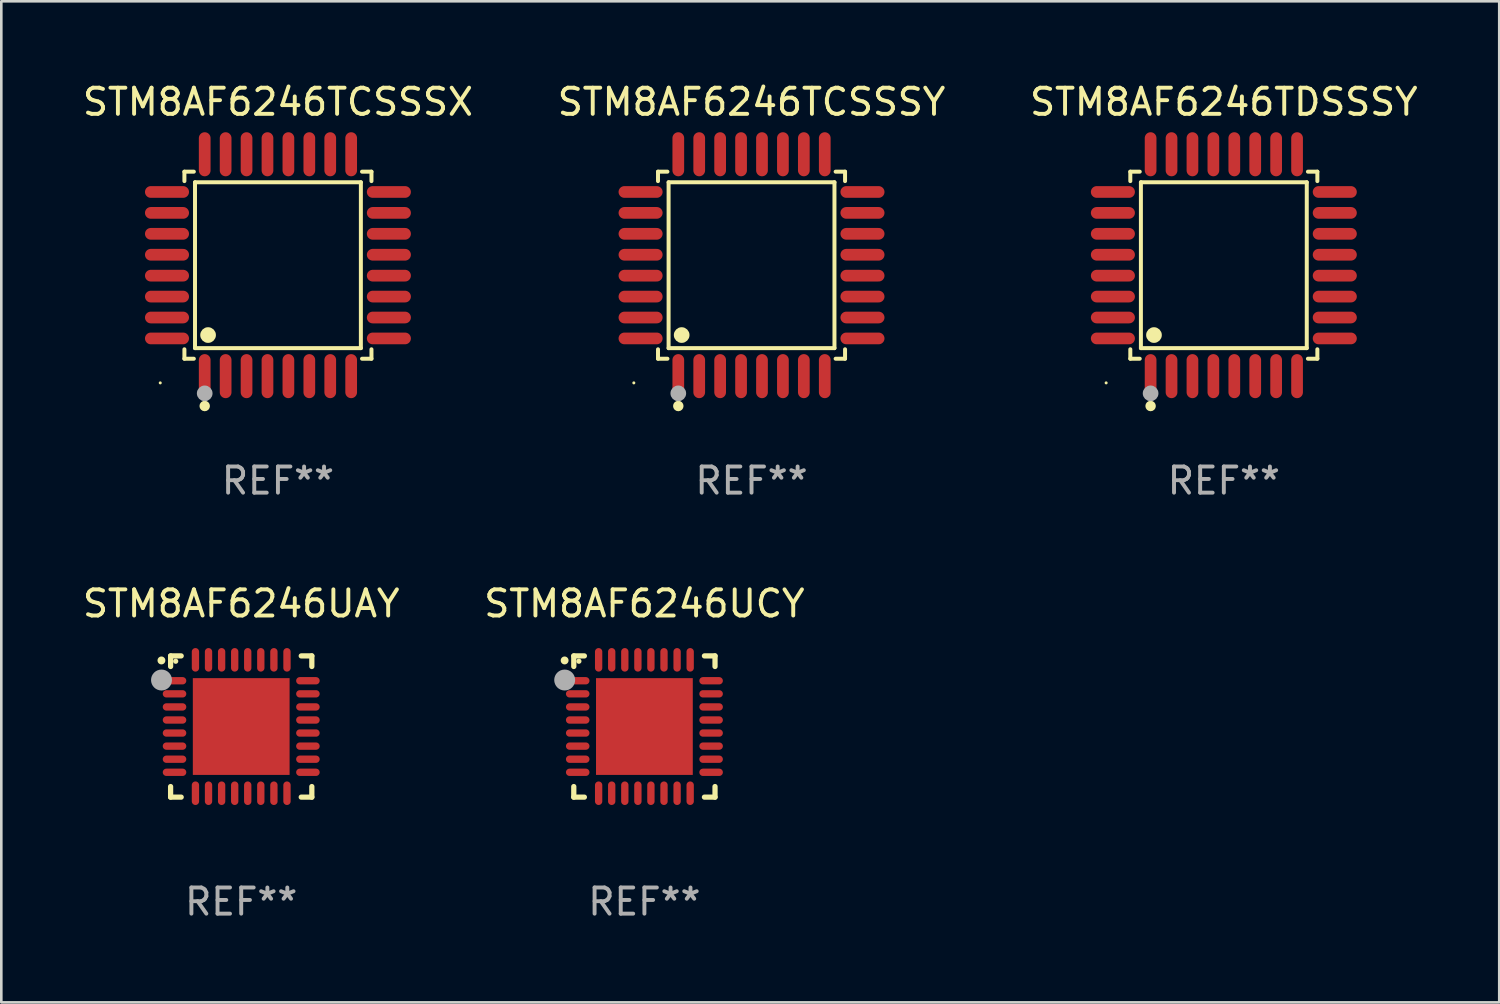
<source format=kicad_pcb>
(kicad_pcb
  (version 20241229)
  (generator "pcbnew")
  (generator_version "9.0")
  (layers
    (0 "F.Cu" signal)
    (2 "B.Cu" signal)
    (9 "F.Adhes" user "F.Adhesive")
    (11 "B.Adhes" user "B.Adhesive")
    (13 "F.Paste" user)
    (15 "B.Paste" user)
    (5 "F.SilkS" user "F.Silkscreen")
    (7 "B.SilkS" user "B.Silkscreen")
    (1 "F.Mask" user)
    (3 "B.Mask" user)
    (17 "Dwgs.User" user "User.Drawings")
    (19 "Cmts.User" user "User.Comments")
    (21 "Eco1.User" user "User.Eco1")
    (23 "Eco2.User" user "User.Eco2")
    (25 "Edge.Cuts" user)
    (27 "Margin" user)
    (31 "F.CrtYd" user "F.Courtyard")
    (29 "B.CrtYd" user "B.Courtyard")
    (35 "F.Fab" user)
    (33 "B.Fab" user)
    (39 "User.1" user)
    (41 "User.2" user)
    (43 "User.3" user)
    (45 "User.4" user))
  (footprint "STM8AF6246TCSSSY"
    (layer "F.Cu")
    (at 25.685 7.09)
    (property "Reference" "STM8AF6246TCSSSY" (at 0 -6.242 0) (layer "F.SilkS") (effects (font (size 1 1) (thickness 0.15))))
    (attr through_hole)
    (fp_line (start -3.576 -3.576) (end -3.215 -3.576) (stroke (width 0.152) (type solid)) (layer "F.SilkS"))
    (fp_line (start -3.576 -3.215) (end -3.576 -3.576) (stroke (width 0.152) (type solid)) (layer "F.SilkS"))
    (fp_line (start -3.576 3.215) (end -3.576 3.576) (stroke (width 0.152) (type solid)) (layer "F.SilkS"))
    (fp_line (start -3.576 3.576) (end -3.215 3.576) (stroke (width 0.152) (type solid)) (layer "F.SilkS"))
    (fp_line (start -3.171 -3.171) (end 3.171 -3.171) (stroke (width 0.152) (type solid)) (layer "F.SilkS"))
    (fp_line (start -3.171 3.171) (end -3.171 -3.171) (stroke (width 0.152) (type solid)) (layer "F.SilkS"))
    (fp_line (start 3.171 -3.171) (end 3.171 3.171) (stroke (width 0.152) (type solid)) (layer "F.SilkS"))
    (fp_line (start 3.171 3.171) (end -3.171 3.171) (stroke (width 0.152) (type solid)) (layer "F.SilkS"))
    (fp_line (start 3.576 -3.576) (end 3.215 -3.576) (stroke (width 0.152) (type solid)) (layer "F.SilkS"))
    (fp_line (start 3.576 -3.215) (end 3.576 -3.576) (stroke (width 0.152) (type solid)) (layer "F.SilkS"))
    (fp_line (start 3.576 3.215) (end 3.576 3.576) (stroke (width 0.152) (type solid)) (layer "F.SilkS"))
    (fp_line (start 3.576 3.576) (end 3.215 3.576) (stroke (width 0.152) (type solid)) (layer "F.SilkS"))
    (fp_circle (center -4.5 4.5) (end -4.47 4.5) (stroke (width 0.06) (type solid)) (fill no) (layer "F.SilkS"))
    (fp_circle (center -2.8 5.384) (end -2.7 5.384) (stroke (width 0.2) (type solid)) (fill no) (layer "F.SilkS"))
    (fp_circle (center -2.671 2.671) (end -2.521 2.671) (stroke (width 0.3) (type solid)) (fill no) (layer "F.SilkS"))
    (fp_circle (center -2.8 4.9) (end -2.65 4.9) (stroke (width 0.3) (type solid)) (fill no) (layer "F.Fab"))
    (fp_text user "REF**" (at 0 8.242 0) (layer "F.Fab") (effects (font (size 1 1) (thickness 0.15))))
    (pad "1" smd oval (at -2.8 4.242) (size 0.448 1.684) (layers "F.Cu" "F.Mask" "F.Paste"))
    (pad "2" smd oval (at -2 4.242) (size 0.448 1.684) (layers "F.Cu" "F.Mask" "F.Paste"))
    (pad "3" smd oval (at -1.2 4.242) (size 0.448 1.684) (layers "F.Cu" "F.Mask" "F.Paste"))
    (pad "4" smd oval (at -0.4 4.242) (size 0.448 1.684) (layers "F.Cu" "F.Mask" "F.Paste"))
    (pad "5" smd oval (at 0.4 4.242) (size 0.448 1.684) (layers "F.Cu" "F.Mask" "F.Paste"))
    (pad "6" smd oval (at 1.2 4.242) (size 0.448 1.684) (layers "F.Cu" "F.Mask" "F.Paste"))
    (pad "7" smd oval (at 2 4.242) (size 0.448 1.684) (layers "F.Cu" "F.Mask" "F.Paste"))
    (pad "8" smd oval (at 2.8 4.242) (size 0.448 1.684) (layers "F.Cu" "F.Mask" "F.Paste"))
    (pad "9" smd oval (at 4.242 2.8) (size 1.684 0.448) (layers "F.Cu" "F.Mask" "F.Paste"))
    (pad "10" smd oval (at 4.242 2) (size 1.684 0.448) (layers "F.Cu" "F.Mask" "F.Paste"))
    (pad "11" smd oval (at 4.242 1.2) (size 1.684 0.448) (layers "F.Cu" "F.Mask" "F.Paste"))
    (pad "12" smd oval (at 4.242 0.4) (size 1.684 0.448) (layers "F.Cu" "F.Mask" "F.Paste"))
    (pad "13" smd oval (at 4.242 -0.4) (size 1.684 0.448) (layers "F.Cu" "F.Mask" "F.Paste"))
    (pad "14" smd oval (at 4.242 -1.2) (size 1.684 0.448) (layers "F.Cu" "F.Mask" "F.Paste"))
    (pad "15" smd oval (at 4.242 -2) (size 1.684 0.448) (layers "F.Cu" "F.Mask" "F.Paste"))
    (pad "16" smd oval (at 4.242 -2.8) (size 1.684 0.448) (layers "F.Cu" "F.Mask" "F.Paste"))
    (pad "17" smd oval (at 2.8 -4.242) (size 0.448 1.684) (layers "F.Cu" "F.Mask" "F.Paste"))
    (pad "18" smd oval (at 2 -4.242) (size 0.448 1.684) (layers "F.Cu" "F.Mask" "F.Paste"))
    (pad "19" smd oval (at 1.2 -4.242) (size 0.448 1.684) (layers "F.Cu" "F.Mask" "F.Paste"))
    (pad "20" smd oval (at 0.4 -4.242) (size 0.448 1.684) (layers "F.Cu" "F.Mask" "F.Paste"))
    (pad "21" smd oval (at -0.4 -4.242) (size 0.448 1.684) (layers "F.Cu" "F.Mask" "F.Paste"))
    (pad "22" smd oval (at -1.2 -4.242) (size 0.448 1.684) (layers "F.Cu" "F.Mask" "F.Paste"))
    (pad "23" smd oval (at -2 -4.242) (size 0.448 1.684) (layers "F.Cu" "F.Mask" "F.Paste"))
    (pad "24" smd oval (at -2.8 -4.242) (size 0.448 1.684) (layers "F.Cu" "F.Mask" "F.Paste"))
    (pad "25" smd oval (at -4.242 -2.8) (size 1.684 0.448) (layers "F.Cu" "F.Mask" "F.Paste"))
    (pad "26" smd oval (at -4.242 -2) (size 1.684 0.448) (layers "F.Cu" "F.Mask" "F.Paste"))
    (pad "27" smd oval (at -4.242 -1.2) (size 1.684 0.448) (layers "F.Cu" "F.Mask" "F.Paste"))
    (pad "28" smd oval (at -4.242 -0.4) (size 1.684 0.448) (layers "F.Cu" "F.Mask" "F.Paste"))
    (pad "29" smd oval (at -4.242 0.4) (size 1.684 0.448) (layers "F.Cu" "F.Mask" "F.Paste"))
    (pad "30" smd oval (at -4.242 1.2) (size 1.684 0.448) (layers "F.Cu" "F.Mask" "F.Paste"))
    (pad "31" smd oval (at -4.242 2) (size 1.684 0.448) (layers "F.Cu" "F.Mask" "F.Paste"))
    (pad "32" smd oval (at -4.242 2.8) (size 1.684 0.448) (layers "F.Cu" "F.Mask" "F.Paste")))
  (footprint "STM8AF6246UCY"
    (layer "F.Cu")
    (at 21.589 24.729)
    (property "Reference" "STM8AF6246UCY" (at 0 -4.7 0) (layer "F.SilkS") (effects (font (size 1 1) (thickness 0.15))))
    (attr through_hole)
    (fp_line (start -2.7 -2.7) (end -2.295 -2.7) (stroke (width 0.2) (type solid)) (layer "F.SilkS"))
    (fp_line (start -2.7 -2.295) (end -2.7 -2.7) (stroke (width 0.2) (type solid)) (layer "F.SilkS"))
    (fp_line (start -2.7 2.295) (end -2.7 2.7) (stroke (width 0.2) (type solid)) (layer "F.SilkS"))
    (fp_line (start -2.7 2.7) (end -2.295 2.7) (stroke (width 0.2) (type solid)) (layer "F.SilkS"))
    (fp_line (start 2.295 -2.7) (end 2.7 -2.7) (stroke (width 0.2) (type solid)) (layer "F.SilkS"))
    (fp_line (start 2.295 2.7) (end 2.7 2.7) (stroke (width 0.2) (type solid)) (layer "F.SilkS"))
    (fp_line (start 2.7 -2.7) (end 2.7 -2.295) (stroke (width 0.2) (type solid)) (layer "F.SilkS"))
    (fp_line (start 2.7 2.7) (end 2.7 2.295) (stroke (width 0.2) (type solid)) (layer "F.SilkS"))
    (fp_arc (start -3.050546 -2.525349) (mid -3.050551 -2.526619) (end -3.050546 -2.527889) (stroke (width 0.3) (type solid)) (layer "F.SilkS"))
    (fp_circle (center -2.505 -2.497) (end -2.455 -2.497) (stroke (width 0.1) (type solid)) (fill no) (layer "F.SilkS"))
    (fp_circle (center -3.048 -1.778) (end -2.848 -1.778) (stroke (width 0.4) (type solid)) (fill no) (layer "F.Fab"))
    (fp_text user "REF**" (at 0 6.7 0) (layer "F.Fab") (effects (font (size 1 1) (thickness 0.15))))
    (pad "1" smd oval (at -2.55 -1.75 270) (size 0.28 0.9) (layers "F.Cu" "F.Mask" "F.Paste"))
    (pad "2" smd oval (at -2.55 -1.25 270) (size 0.28 0.9) (layers "F.Cu" "F.Mask" "F.Paste"))
    (pad "3" smd oval (at -2.55 -0.749 270) (size 0.28 0.9) (layers "F.Cu" "F.Mask" "F.Paste"))
    (pad "4" smd oval (at -2.55 -0.249 270) (size 0.28 0.9) (layers "F.Cu" "F.Mask" "F.Paste"))
    (pad "5" smd oval (at -2.55 0.249 270) (size 0.28 0.9) (layers "F.Cu" "F.Mask" "F.Paste"))
    (pad "6" smd oval (at -2.55 0.749 270) (size 0.28 0.9) (layers "F.Cu" "F.Mask" "F.Paste"))
    (pad "7" smd oval (at -2.55 1.25 270) (size 0.28 0.9) (layers "F.Cu" "F.Mask" "F.Paste"))
    (pad "8" smd oval (at -2.55 1.75 270) (size 0.28 0.9) (layers "F.Cu" "F.Mask" "F.Paste"))
    (pad "9" smd oval (at -1.75 2.55 270) (size 0.9 0.28) (layers "F.Cu" "F.Mask" "F.Paste"))
    (pad "10" smd oval (at -1.25 2.55 270) (size 0.9 0.28) (layers "F.Cu" "F.Mask" "F.Paste"))
    (pad "11" smd oval (at -0.749 2.55 270) (size 0.9 0.28) (layers "F.Cu" "F.Mask" "F.Paste"))
    (pad "12" smd oval (at -0.249 2.55 270) (size 0.9 0.28) (layers "F.Cu" "F.Mask" "F.Paste"))
    (pad "13" smd oval (at 0.249 2.55 270) (size 0.9 0.28) (layers "F.Cu" "F.Mask" "F.Paste"))
    (pad "14" smd oval (at 0.749 2.55 270) (size 0.9 0.28) (layers "F.Cu" "F.Mask" "F.Paste"))
    (pad "15" smd oval (at 1.25 2.55 270) (size 0.9 0.28) (layers "F.Cu" "F.Mask" "F.Paste"))
    (pad "16" smd oval (at 1.75 2.55 270) (size 0.9 0.28) (layers "F.Cu" "F.Mask" "F.Paste"))
    (pad "17" smd oval (at 2.55 1.75 270) (size 0.28 0.9) (layers "F.Cu" "F.Mask" "F.Paste"))
    (pad "18" smd oval (at 2.55 1.25 270) (size 0.28 0.9) (layers "F.Cu" "F.Mask" "F.Paste"))
    (pad "19" smd oval (at 2.55 0.749 270) (size 0.28 0.9) (layers "F.Cu" "F.Mask" "F.Paste"))
    (pad "20" smd oval (at 2.55 0.249 270) (size 0.28 0.9) (layers "F.Cu" "F.Mask" "F.Paste"))
    (pad "21" smd oval (at 2.55 -0.249 270) (size 0.28 0.9) (layers "F.Cu" "F.Mask" "F.Paste"))
    (pad "22" smd oval (at 2.55 -0.749 270) (size 0.28 0.9) (layers "F.Cu" "F.Mask" "F.Paste"))
    (pad "23" smd oval (at 2.55 -1.25 270) (size 0.28 0.9) (layers "F.Cu" "F.Mask" "F.Paste"))
    (pad "24" smd oval (at 2.55 -1.75 270) (size 0.28 0.9) (layers "F.Cu" "F.Mask" "F.Paste"))
    (pad "25" smd oval (at 1.75 -2.55 270) (size 0.9 0.28) (layers "F.Cu" "F.Mask" "F.Paste"))
    (pad "26" smd oval (at 1.25 -2.55 270) (size 0.9 0.28) (layers "F.Cu" "F.Mask" "F.Paste"))
    (pad "27" smd oval (at 0.749 -2.55 270) (size 0.9 0.28) (layers "F.Cu" "F.Mask" "F.Paste"))
    (pad "28" smd oval (at 0.249 -2.55 270) (size 0.9 0.28) (layers "F.Cu" "F.Mask" "F.Paste"))
    (pad "29" smd oval (at -0.249 -2.55 270) (size 0.9 0.28) (layers "F.Cu" "F.Mask" "F.Paste"))
    (pad "30" smd oval (at -0.749 -2.55 270) (size 0.9 0.28) (layers "F.Cu" "F.Mask" "F.Paste"))
    (pad "31" smd oval (at -1.25 -2.55 270) (size 0.9 0.28) (layers "F.Cu" "F.Mask" "F.Paste"))
    (pad "32" smd oval (at -1.75 -2.55 270) (size 0.9 0.28) (layers "F.Cu" "F.Mask" "F.Paste"))
    (pad "33" smd rect (at -0.000076 0.000076 270) (size 3.7 3.7) (layers "F.Cu" "F.Mask" "F.Paste")))
  (footprint "STM8AF6246TCSSSX"
    (layer "F.Cu")
    (at 7.577 7.09)
    (property "Reference" "STM8AF6246TCSSSX" (at 0 -6.242 0) (layer "F.SilkS") (effects (font (size 1 1) (thickness 0.15))))
    (attr through_hole)
    (fp_line (start -3.576 -3.576) (end -3.215 -3.576) (stroke (width 0.152) (type solid)) (layer "F.SilkS"))
    (fp_line (start -3.576 -3.215) (end -3.576 -3.576) (stroke (width 0.152) (type solid)) (layer "F.SilkS"))
    (fp_line (start -3.576 3.215) (end -3.576 3.576) (stroke (width 0.152) (type solid)) (layer "F.SilkS"))
    (fp_line (start -3.576 3.576) (end -3.215 3.576) (stroke (width 0.152) (type solid)) (layer "F.SilkS"))
    (fp_line (start -3.171 -3.171) (end 3.171 -3.171) (stroke (width 0.152) (type solid)) (layer "F.SilkS"))
    (fp_line (start -3.171 3.171) (end -3.171 -3.171) (stroke (width 0.152) (type solid)) (layer "F.SilkS"))
    (fp_line (start 3.171 -3.171) (end 3.171 3.171) (stroke (width 0.152) (type solid)) (layer "F.SilkS"))
    (fp_line (start 3.171 3.171) (end -3.171 3.171) (stroke (width 0.152) (type solid)) (layer "F.SilkS"))
    (fp_line (start 3.576 -3.576) (end 3.215 -3.576) (stroke (width 0.152) (type solid)) (layer "F.SilkS"))
    (fp_line (start 3.576 -3.215) (end 3.576 -3.576) (stroke (width 0.152) (type solid)) (layer "F.SilkS"))
    (fp_line (start 3.576 3.215) (end 3.576 3.576) (stroke (width 0.152) (type solid)) (layer "F.SilkS"))
    (fp_line (start 3.576 3.576) (end 3.215 3.576) (stroke (width 0.152) (type solid)) (layer "F.SilkS"))
    (fp_circle (center -4.5 4.5) (end -4.47 4.5) (stroke (width 0.06) (type solid)) (fill no) (layer "F.SilkS"))
    (fp_circle (center -2.8 5.384) (end -2.7 5.384) (stroke (width 0.2) (type solid)) (fill no) (layer "F.SilkS"))
    (fp_circle (center -2.671 2.671) (end -2.521 2.671) (stroke (width 0.3) (type solid)) (fill no) (layer "F.SilkS"))
    (fp_circle (center -2.8 4.9) (end -2.65 4.9) (stroke (width 0.3) (type solid)) (fill no) (layer "F.Fab"))
    (fp_text user "REF**" (at 0 8.242 0) (layer "F.Fab") (effects (font (size 1 1) (thickness 0.15))))
    (pad "1" smd oval (at -2.8 4.242) (size 0.448 1.684) (layers "F.Cu" "F.Mask" "F.Paste"))
    (pad "2" smd oval (at -2 4.242) (size 0.448 1.684) (layers "F.Cu" "F.Mask" "F.Paste"))
    (pad "3" smd oval (at -1.2 4.242) (size 0.448 1.684) (layers "F.Cu" "F.Mask" "F.Paste"))
    (pad "4" smd oval (at -0.4 4.242) (size 0.448 1.684) (layers "F.Cu" "F.Mask" "F.Paste"))
    (pad "5" smd oval (at 0.4 4.242) (size 0.448 1.684) (layers "F.Cu" "F.Mask" "F.Paste"))
    (pad "6" smd oval (at 1.2 4.242) (size 0.448 1.684) (layers "F.Cu" "F.Mask" "F.Paste"))
    (pad "7" smd oval (at 2 4.242) (size 0.448 1.684) (layers "F.Cu" "F.Mask" "F.Paste"))
    (pad "8" smd oval (at 2.8 4.242) (size 0.448 1.684) (layers "F.Cu" "F.Mask" "F.Paste"))
    (pad "9" smd oval (at 4.242 2.8) (size 1.684 0.448) (layers "F.Cu" "F.Mask" "F.Paste"))
    (pad "10" smd oval (at 4.242 2) (size 1.684 0.448) (layers "F.Cu" "F.Mask" "F.Paste"))
    (pad "11" smd oval (at 4.242 1.2) (size 1.684 0.448) (layers "F.Cu" "F.Mask" "F.Paste"))
    (pad "12" smd oval (at 4.242 0.4) (size 1.684 0.448) (layers "F.Cu" "F.Mask" "F.Paste"))
    (pad "13" smd oval (at 4.242 -0.4) (size 1.684 0.448) (layers "F.Cu" "F.Mask" "F.Paste"))
    (pad "14" smd oval (at 4.242 -1.2) (size 1.684 0.448) (layers "F.Cu" "F.Mask" "F.Paste"))
    (pad "15" smd oval (at 4.242 -2) (size 1.684 0.448) (layers "F.Cu" "F.Mask" "F.Paste"))
    (pad "16" smd oval (at 4.242 -2.8) (size 1.684 0.448) (layers "F.Cu" "F.Mask" "F.Paste"))
    (pad "17" smd oval (at 2.8 -4.242) (size 0.448 1.684) (layers "F.Cu" "F.Mask" "F.Paste"))
    (pad "18" smd oval (at 2 -4.242) (size 0.448 1.684) (layers "F.Cu" "F.Mask" "F.Paste"))
    (pad "19" smd oval (at 1.2 -4.242) (size 0.448 1.684) (layers "F.Cu" "F.Mask" "F.Paste"))
    (pad "20" smd oval (at 0.4 -4.242) (size 0.448 1.684) (layers "F.Cu" "F.Mask" "F.Paste"))
    (pad "21" smd oval (at -0.4 -4.242) (size 0.448 1.684) (layers "F.Cu" "F.Mask" "F.Paste"))
    (pad "22" smd oval (at -1.2 -4.242) (size 0.448 1.684) (layers "F.Cu" "F.Mask" "F.Paste"))
    (pad "23" smd oval (at -2 -4.242) (size 0.448 1.684) (layers "F.Cu" "F.Mask" "F.Paste"))
    (pad "24" smd oval (at -2.8 -4.242) (size 0.448 1.684) (layers "F.Cu" "F.Mask" "F.Paste"))
    (pad "25" smd oval (at -4.242 -2.8) (size 1.684 0.448) (layers "F.Cu" "F.Mask" "F.Paste"))
    (pad "26" smd oval (at -4.242 -2) (size 1.684 0.448) (layers "F.Cu" "F.Mask" "F.Paste"))
    (pad "27" smd oval (at -4.242 -1.2) (size 1.684 0.448) (layers "F.Cu" "F.Mask" "F.Paste"))
    (pad "28" smd oval (at -4.242 -0.4) (size 1.684 0.448) (layers "F.Cu" "F.Mask" "F.Paste"))
    (pad "29" smd oval (at -4.242 0.4) (size 1.684 0.448) (layers "F.Cu" "F.Mask" "F.Paste"))
    (pad "30" smd oval (at -4.242 1.2) (size 1.684 0.448) (layers "F.Cu" "F.Mask" "F.Paste"))
    (pad "31" smd oval (at -4.242 2) (size 1.684 0.448) (layers "F.Cu" "F.Mask" "F.Paste"))
    (pad "32" smd oval (at -4.242 2.8) (size 1.684 0.448) (layers "F.Cu" "F.Mask" "F.Paste")))
  (footprint "STM8AF6246TDSSSY"
    (layer "F.Cu")
    (at 43.744 7.09)
    (property "Reference" "STM8AF6246TDSSSY" (at 0 -6.242 0) (layer "F.SilkS") (effects (font (size 1 1) (thickness 0.15))))
    (attr through_hole)
    (fp_line (start -3.576 -3.576) (end -3.215 -3.576) (stroke (width 0.152) (type solid)) (layer "F.SilkS"))
    (fp_line (start -3.576 -3.215) (end -3.576 -3.576) (stroke (width 0.152) (type solid)) (layer "F.SilkS"))
    (fp_line (start -3.576 3.215) (end -3.576 3.576) (stroke (width 0.152) (type solid)) (layer "F.SilkS"))
    (fp_line (start -3.576 3.576) (end -3.215 3.576) (stroke (width 0.152) (type solid)) (layer "F.SilkS"))
    (fp_line (start -3.171 -3.171) (end 3.171 -3.171) (stroke (width 0.152) (type solid)) (layer "F.SilkS"))
    (fp_line (start -3.171 3.171) (end -3.171 -3.171) (stroke (width 0.152) (type solid)) (layer "F.SilkS"))
    (fp_line (start 3.171 -3.171) (end 3.171 3.171) (stroke (width 0.152) (type solid)) (layer "F.SilkS"))
    (fp_line (start 3.171 3.171) (end -3.171 3.171) (stroke (width 0.152) (type solid)) (layer "F.SilkS"))
    (fp_line (start 3.576 -3.576) (end 3.215 -3.576) (stroke (width 0.152) (type solid)) (layer "F.SilkS"))
    (fp_line (start 3.576 -3.215) (end 3.576 -3.576) (stroke (width 0.152) (type solid)) (layer "F.SilkS"))
    (fp_line (start 3.576 3.215) (end 3.576 3.576) (stroke (width 0.152) (type solid)) (layer "F.SilkS"))
    (fp_line (start 3.576 3.576) (end 3.215 3.576) (stroke (width 0.152) (type solid)) (layer "F.SilkS"))
    (fp_circle (center -4.5 4.5) (end -4.47 4.5) (stroke (width 0.06) (type solid)) (fill no) (layer "F.SilkS"))
    (fp_circle (center -2.8 5.384) (end -2.7 5.384) (stroke (width 0.2) (type solid)) (fill no) (layer "F.SilkS"))
    (fp_circle (center -2.671 2.671) (end -2.521 2.671) (stroke (width 0.3) (type solid)) (fill no) (layer "F.SilkS"))
    (fp_circle (center -2.8 4.9) (end -2.65 4.9) (stroke (width 0.3) (type solid)) (fill no) (layer "F.Fab"))
    (fp_text user "REF**" (at 0 8.242 0) (layer "F.Fab") (effects (font (size 1 1) (thickness 0.15))))
    (pad "1" smd oval (at -2.8 4.242) (size 0.448 1.684) (layers "F.Cu" "F.Mask" "F.Paste"))
    (pad "2" smd oval (at -2 4.242) (size 0.448 1.684) (layers "F.Cu" "F.Mask" "F.Paste"))
    (pad "3" smd oval (at -1.2 4.242) (size 0.448 1.684) (layers "F.Cu" "F.Mask" "F.Paste"))
    (pad "4" smd oval (at -0.4 4.242) (size 0.448 1.684) (layers "F.Cu" "F.Mask" "F.Paste"))
    (pad "5" smd oval (at 0.4 4.242) (size 0.448 1.684) (layers "F.Cu" "F.Mask" "F.Paste"))
    (pad "6" smd oval (at 1.2 4.242) (size 0.448 1.684) (layers "F.Cu" "F.Mask" "F.Paste"))
    (pad "7" smd oval (at 2 4.242) (size 0.448 1.684) (layers "F.Cu" "F.Mask" "F.Paste"))
    (pad "8" smd oval (at 2.8 4.242) (size 0.448 1.684) (layers "F.Cu" "F.Mask" "F.Paste"))
    (pad "9" smd oval (at 4.242 2.8) (size 1.684 0.448) (layers "F.Cu" "F.Mask" "F.Paste"))
    (pad "10" smd oval (at 4.242 2) (size 1.684 0.448) (layers "F.Cu" "F.Mask" "F.Paste"))
    (pad "11" smd oval (at 4.242 1.2) (size 1.684 0.448) (layers "F.Cu" "F.Mask" "F.Paste"))
    (pad "12" smd oval (at 4.242 0.4) (size 1.684 0.448) (layers "F.Cu" "F.Mask" "F.Paste"))
    (pad "13" smd oval (at 4.242 -0.4) (size 1.684 0.448) (layers "F.Cu" "F.Mask" "F.Paste"))
    (pad "14" smd oval (at 4.242 -1.2) (size 1.684 0.448) (layers "F.Cu" "F.Mask" "F.Paste"))
    (pad "15" smd oval (at 4.242 -2) (size 1.684 0.448) (layers "F.Cu" "F.Mask" "F.Paste"))
    (pad "16" smd oval (at 4.242 -2.8) (size 1.684 0.448) (layers "F.Cu" "F.Mask" "F.Paste"))
    (pad "17" smd oval (at 2.8 -4.242) (size 0.448 1.684) (layers "F.Cu" "F.Mask" "F.Paste"))
    (pad "18" smd oval (at 2 -4.242) (size 0.448 1.684) (layers "F.Cu" "F.Mask" "F.Paste"))
    (pad "19" smd oval (at 1.2 -4.242) (size 0.448 1.684) (layers "F.Cu" "F.Mask" "F.Paste"))
    (pad "20" smd oval (at 0.4 -4.242) (size 0.448 1.684) (layers "F.Cu" "F.Mask" "F.Paste"))
    (pad "21" smd oval (at -0.4 -4.242) (size 0.448 1.684) (layers "F.Cu" "F.Mask" "F.Paste"))
    (pad "22" smd oval (at -1.2 -4.242) (size 0.448 1.684) (layers "F.Cu" "F.Mask" "F.Paste"))
    (pad "23" smd oval (at -2 -4.242) (size 0.448 1.684) (layers "F.Cu" "F.Mask" "F.Paste"))
    (pad "24" smd oval (at -2.8 -4.242) (size 0.448 1.684) (layers "F.Cu" "F.Mask" "F.Paste"))
    (pad "25" smd oval (at -4.242 -2.8) (size 1.684 0.448) (layers "F.Cu" "F.Mask" "F.Paste"))
    (pad "26" smd oval (at -4.242 -2) (size 1.684 0.448) (layers "F.Cu" "F.Mask" "F.Paste"))
    (pad "27" smd oval (at -4.242 -1.2) (size 1.684 0.448) (layers "F.Cu" "F.Mask" "F.Paste"))
    (pad "28" smd oval (at -4.242 -0.4) (size 1.684 0.448) (layers "F.Cu" "F.Mask" "F.Paste"))
    (pad "29" smd oval (at -4.242 0.4) (size 1.684 0.448) (layers "F.Cu" "F.Mask" "F.Paste"))
    (pad "30" smd oval (at -4.242 1.2) (size 1.684 0.448) (layers "F.Cu" "F.Mask" "F.Paste"))
    (pad "31" smd oval (at -4.242 2) (size 1.684 0.448) (layers "F.Cu" "F.Mask" "F.Paste"))
    (pad "32" smd oval (at -4.242 2.8) (size 1.684 0.448) (layers "F.Cu" "F.Mask" "F.Paste")))
  (footprint "STM8AF6246UAY"
    (layer "F.Cu")
    (at 6.173 24.729)
    (property "Reference" "STM8AF6246UAY" (at 0 -4.7 0) (layer "F.SilkS") (effects (font (size 1 1) (thickness 0.15))))
    (attr through_hole)
    (fp_line (start -2.7 -2.7) (end -2.295 -2.7) (stroke (width 0.2) (type solid)) (layer "F.SilkS"))
    (fp_line (start -2.7 -2.295) (end -2.7 -2.7) (stroke (width 0.2) (type solid)) (layer "F.SilkS"))
    (fp_line (start -2.7 2.295) (end -2.7 2.7) (stroke (width 0.2) (type solid)) (layer "F.SilkS"))
    (fp_line (start -2.7 2.7) (end -2.295 2.7) (stroke (width 0.2) (type solid)) (layer "F.SilkS"))
    (fp_line (start 2.295 -2.7) (end 2.7 -2.7) (stroke (width 0.2) (type solid)) (layer "F.SilkS"))
    (fp_line (start 2.295 2.7) (end 2.7 2.7) (stroke (width 0.2) (type solid)) (layer "F.SilkS"))
    (fp_line (start 2.7 -2.7) (end 2.7 -2.295) (stroke (width 0.2) (type solid)) (layer "F.SilkS"))
    (fp_line (start 2.7 2.7) (end 2.7 2.295) (stroke (width 0.2) (type solid)) (layer "F.SilkS"))
    (fp_arc (start -3.050546 -2.525349) (mid -3.050551 -2.526619) (end -3.050546 -2.527889) (stroke (width 0.3) (type solid)) (layer "F.SilkS"))
    (fp_circle (center -2.505 -2.497) (end -2.455 -2.497) (stroke (width 0.1) (type solid)) (fill no) (layer "F.SilkS"))
    (fp_circle (center -3.048 -1.778) (end -2.848 -1.778) (stroke (width 0.4) (type solid)) (fill no) (layer "F.Fab"))
    (fp_text user "REF**" (at 0 6.7 0) (layer "F.Fab") (effects (font (size 1 1) (thickness 0.15))))
    (pad "1" smd oval (at -2.55 -1.75 270) (size 0.28 0.9) (layers "F.Cu" "F.Mask" "F.Paste"))
    (pad "2" smd oval (at -2.55 -1.25 270) (size 0.28 0.9) (layers "F.Cu" "F.Mask" "F.Paste"))
    (pad "3" smd oval (at -2.55 -0.749 270) (size 0.28 0.9) (layers "F.Cu" "F.Mask" "F.Paste"))
    (pad "4" smd oval (at -2.55 -0.249 270) (size 0.28 0.9) (layers "F.Cu" "F.Mask" "F.Paste"))
    (pad "5" smd oval (at -2.55 0.249 270) (size 0.28 0.9) (layers "F.Cu" "F.Mask" "F.Paste"))
    (pad "6" smd oval (at -2.55 0.749 270) (size 0.28 0.9) (layers "F.Cu" "F.Mask" "F.Paste"))
    (pad "7" smd oval (at -2.55 1.25 270) (size 0.28 0.9) (layers "F.Cu" "F.Mask" "F.Paste"))
    (pad "8" smd oval (at -2.55 1.75 270) (size 0.28 0.9) (layers "F.Cu" "F.Mask" "F.Paste"))
    (pad "9" smd oval (at -1.75 2.55 270) (size 0.9 0.28) (layers "F.Cu" "F.Mask" "F.Paste"))
    (pad "10" smd oval (at -1.25 2.55 270) (size 0.9 0.28) (layers "F.Cu" "F.Mask" "F.Paste"))
    (pad "11" smd oval (at -0.749 2.55 270) (size 0.9 0.28) (layers "F.Cu" "F.Mask" "F.Paste"))
    (pad "12" smd oval (at -0.249 2.55 270) (size 0.9 0.28) (layers "F.Cu" "F.Mask" "F.Paste"))
    (pad "13" smd oval (at 0.249 2.55 270) (size 0.9 0.28) (layers "F.Cu" "F.Mask" "F.Paste"))
    (pad "14" smd oval (at 0.749 2.55 270) (size 0.9 0.28) (layers "F.Cu" "F.Mask" "F.Paste"))
    (pad "15" smd oval (at 1.25 2.55 270) (size 0.9 0.28) (layers "F.Cu" "F.Mask" "F.Paste"))
    (pad "16" smd oval (at 1.75 2.55 270) (size 0.9 0.28) (layers "F.Cu" "F.Mask" "F.Paste"))
    (pad "17" smd oval (at 2.55 1.75 270) (size 0.28 0.9) (layers "F.Cu" "F.Mask" "F.Paste"))
    (pad "18" smd oval (at 2.55 1.25 270) (size 0.28 0.9) (layers "F.Cu" "F.Mask" "F.Paste"))
    (pad "19" smd oval (at 2.55 0.749 270) (size 0.28 0.9) (layers "F.Cu" "F.Mask" "F.Paste"))
    (pad "20" smd oval (at 2.55 0.249 270) (size 0.28 0.9) (layers "F.Cu" "F.Mask" "F.Paste"))
    (pad "21" smd oval (at 2.55 -0.249 270) (size 0.28 0.9) (layers "F.Cu" "F.Mask" "F.Paste"))
    (pad "22" smd oval (at 2.55 -0.749 270) (size 0.28 0.9) (layers "F.Cu" "F.Mask" "F.Paste"))
    (pad "23" smd oval (at 2.55 -1.25 270) (size 0.28 0.9) (layers "F.Cu" "F.Mask" "F.Paste"))
    (pad "24" smd oval (at 2.55 -1.75 270) (size 0.28 0.9) (layers "F.Cu" "F.Mask" "F.Paste"))
    (pad "25" smd oval (at 1.75 -2.55 270) (size 0.9 0.28) (layers "F.Cu" "F.Mask" "F.Paste"))
    (pad "26" smd oval (at 1.25 -2.55 270) (size 0.9 0.28) (layers "F.Cu" "F.Mask" "F.Paste"))
    (pad "27" smd oval (at 0.749 -2.55 270) (size 0.9 0.28) (layers "F.Cu" "F.Mask" "F.Paste"))
    (pad "28" smd oval (at 0.249 -2.55 270) (size 0.9 0.28) (layers "F.Cu" "F.Mask" "F.Paste"))
    (pad "29" smd oval (at -0.249 -2.55 270) (size 0.9 0.28) (layers "F.Cu" "F.Mask" "F.Paste"))
    (pad "30" smd oval (at -0.749 -2.55 270) (size 0.9 0.28) (layers "F.Cu" "F.Mask" "F.Paste"))
    (pad "31" smd oval (at -1.25 -2.55 270) (size 0.9 0.28) (layers "F.Cu" "F.Mask" "F.Paste"))
    (pad "32" smd oval (at -1.75 -2.55 270) (size 0.9 0.28) (layers "F.Cu" "F.Mask" "F.Paste"))
    (pad "33" smd rect (at -0.000076 0.000076 270) (size 3.7 3.7) (layers "F.Cu" "F.Mask" "F.Paste")))
  (gr_rect
    (start -3 -3)
    (end 54.274 35.277)
    (stroke (width 0.1) (type default))
    (fill no)
    (layer "Edge.Cuts")))
</source>
